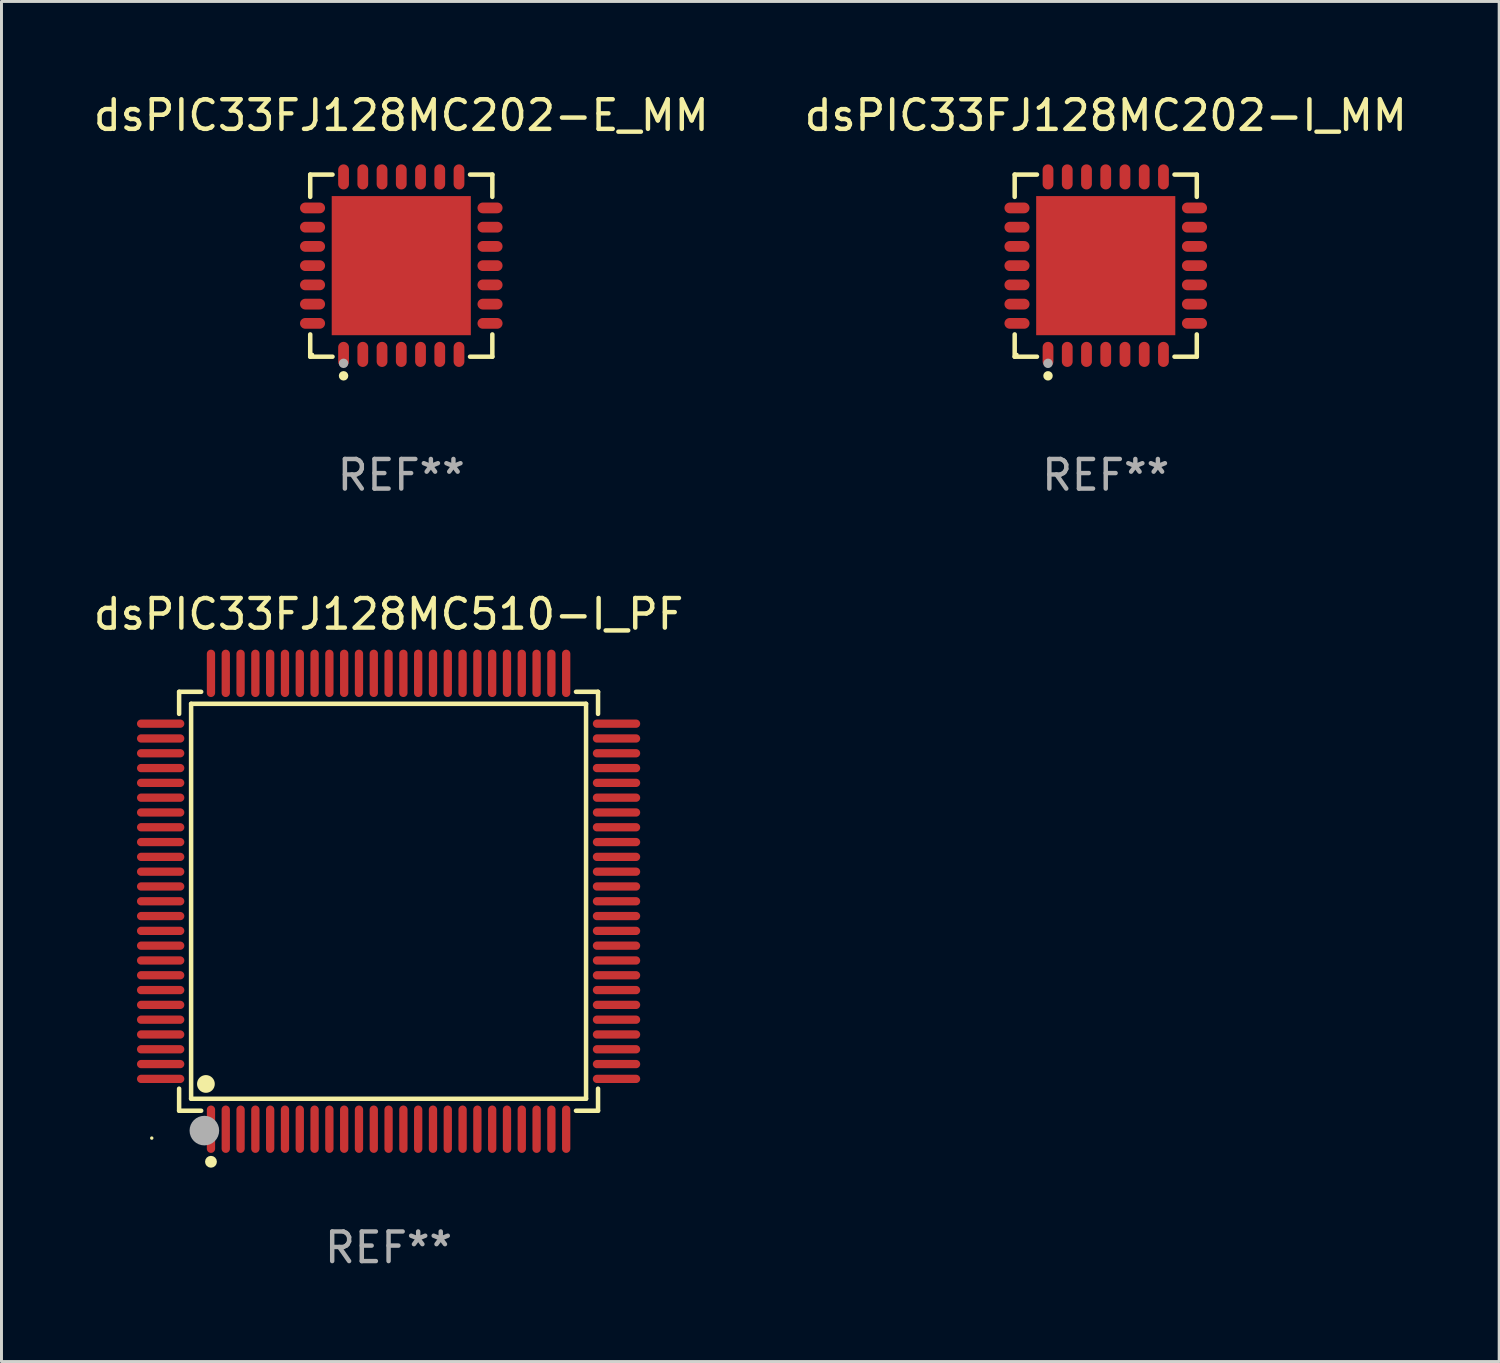
<source format=kicad_pcb>
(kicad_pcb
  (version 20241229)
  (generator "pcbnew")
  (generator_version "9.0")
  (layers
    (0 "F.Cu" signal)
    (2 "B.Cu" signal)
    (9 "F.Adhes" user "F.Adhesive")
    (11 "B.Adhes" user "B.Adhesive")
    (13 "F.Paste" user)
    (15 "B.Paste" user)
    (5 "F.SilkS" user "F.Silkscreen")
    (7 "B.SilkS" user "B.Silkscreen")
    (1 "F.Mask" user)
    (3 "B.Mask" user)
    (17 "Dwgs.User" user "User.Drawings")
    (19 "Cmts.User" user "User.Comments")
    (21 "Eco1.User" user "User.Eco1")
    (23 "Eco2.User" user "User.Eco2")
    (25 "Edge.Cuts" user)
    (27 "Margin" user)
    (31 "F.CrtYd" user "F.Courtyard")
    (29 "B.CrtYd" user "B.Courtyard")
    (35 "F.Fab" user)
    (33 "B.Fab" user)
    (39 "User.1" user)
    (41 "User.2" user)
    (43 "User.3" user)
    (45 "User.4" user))
  (footprint "dsPIC33FJ128MC202-I_MM"
    (layer "F.Cu")
    (at 34.304 5.924)
    (property "Reference" "dsPIC33FJ128MC202-I_MM" (at 0 -5.076 0) (layer "F.SilkS") (effects (font (size 1 1) (thickness 0.15))))
    (attr through_hole)
    (fp_line (start -3.076 -3.076) (end -2.323 -3.076) (stroke (width 0.152) (type solid)) (layer "F.SilkS"))
    (fp_line (start -3.076 -2.323) (end -3.076 -3.076) (stroke (width 0.152) (type solid)) (layer "F.SilkS"))
    (fp_line (start -3.076 2.323) (end -3.076 3.076) (stroke (width 0.152) (type solid)) (layer "F.SilkS"))
    (fp_line (start -3.076 3.076) (end -2.323 3.076) (stroke (width 0.152) (type solid)) (layer "F.SilkS"))
    (fp_line (start 3.076 -3.076) (end 2.323 -3.076) (stroke (width 0.152) (type solid)) (layer "F.SilkS"))
    (fp_line (start 3.076 -2.323) (end 3.076 -3.076) (stroke (width 0.152) (type solid)) (layer "F.SilkS"))
    (fp_line (start 3.076 2.323) (end 3.076 3.076) (stroke (width 0.152) (type solid)) (layer "F.SilkS"))
    (fp_line (start 3.076 3.076) (end 2.323 3.076) (stroke (width 0.152) (type solid)) (layer "F.SilkS"))
    (fp_circle (center -3 3) (end -2.97 3) (stroke (width 0.06) (type solid)) (fill no) (layer "F.SilkS"))
    (fp_circle (center -1.95 3.722) (end -1.87 3.722) (stroke (width 0.16) (type solid)) (fill no) (layer "F.SilkS"))
    (fp_circle (center -1.95 3.3) (end -1.87 3.3) (stroke (width 0.16) (type solid)) (fill no) (layer "F.Fab"))
    (fp_text user "REF**" (at 0 7.076 0) (layer "F.Fab") (effects (font (size 1 1) (thickness 0.15))))
    (pad "1" smd oval (at -1.95 2.998) (size 0.364 0.847) (layers "F.Cu" "F.Mask" "F.Paste"))
    (pad "2" smd oval (at -1.3 2.998) (size 0.364 0.847) (layers "F.Cu" "F.Mask" "F.Paste"))
    (pad "3" smd oval (at -0.65 2.998) (size 0.364 0.847) (layers "F.Cu" "F.Mask" "F.Paste"))
    (pad "4" smd oval (at 0 2.998) (size 0.364 0.847) (layers "F.Cu" "F.Mask" "F.Paste"))
    (pad "5" smd oval (at 0.65 2.998) (size 0.364 0.847) (layers "F.Cu" "F.Mask" "F.Paste"))
    (pad "6" smd oval (at 1.3 2.998) (size 0.364 0.847) (layers "F.Cu" "F.Mask" "F.Paste"))
    (pad "7" smd oval (at 1.95 2.998) (size 0.364 0.847) (layers "F.Cu" "F.Mask" "F.Paste"))
    (pad "8" smd oval (at 2.998 1.95) (size 0.847 0.364) (layers "F.Cu" "F.Mask" "F.Paste"))
    (pad "9" smd oval (at 2.998 1.3) (size 0.847 0.364) (layers "F.Cu" "F.Mask" "F.Paste"))
    (pad "10" smd oval (at 2.998 0.65) (size 0.847 0.364) (layers "F.Cu" "F.Mask" "F.Paste"))
    (pad "11" smd oval (at 2.998 0) (size 0.847 0.364) (layers "F.Cu" "F.Mask" "F.Paste"))
    (pad "12" smd oval (at 2.998 -0.65) (size 0.847 0.364) (layers "F.Cu" "F.Mask" "F.Paste"))
    (pad "13" smd oval (at 2.998 -1.3) (size 0.847 0.364) (layers "F.Cu" "F.Mask" "F.Paste"))
    (pad "14" smd oval (at 2.998 -1.95) (size 0.847 0.364) (layers "F.Cu" "F.Mask" "F.Paste"))
    (pad "15" smd oval (at 1.95 -2.998) (size 0.364 0.847) (layers "F.Cu" "F.Mask" "F.Paste"))
    (pad "16" smd oval (at 1.3 -2.998) (size 0.364 0.847) (layers "F.Cu" "F.Mask" "F.Paste"))
    (pad "17" smd oval (at 0.65 -2.998) (size 0.364 0.847) (layers "F.Cu" "F.Mask" "F.Paste"))
    (pad "18" smd oval (at 0 -2.998) (size 0.364 0.847) (layers "F.Cu" "F.Mask" "F.Paste"))
    (pad "19" smd oval (at -0.65 -2.998) (size 0.364 0.847) (layers "F.Cu" "F.Mask" "F.Paste"))
    (pad "20" smd oval (at -1.3 -2.998) (size 0.364 0.847) (layers "F.Cu" "F.Mask" "F.Paste"))
    (pad "21" smd oval (at -1.95 -2.998) (size 0.364 0.847) (layers "F.Cu" "F.Mask" "F.Paste"))
    (pad "22" smd oval (at -2.998 -1.95) (size 0.847 0.364) (layers "F.Cu" "F.Mask" "F.Paste"))
    (pad "23" smd oval (at -2.998 -1.3) (size 0.847 0.364) (layers "F.Cu" "F.Mask" "F.Paste"))
    (pad "24" smd oval (at -2.998 -0.65) (size 0.847 0.364) (layers "F.Cu" "F.Mask" "F.Paste"))
    (pad "25" smd oval (at -2.998 0) (size 0.847 0.364) (layers "F.Cu" "F.Mask" "F.Paste"))
    (pad "26" smd oval (at -2.998 0.65) (size 0.847 0.364) (layers "F.Cu" "F.Mask" "F.Paste"))
    (pad "27" smd oval (at -2.998 1.3) (size 0.847 0.364) (layers "F.Cu" "F.Mask" "F.Paste"))
    (pad "28" smd oval (at -2.998 1.95) (size 0.847 0.364) (layers "F.Cu" "F.Mask" "F.Paste"))
    (pad "29" smd rect (at 0 0) (size 4.7 4.7) (layers "F.Cu" "F.Mask" "F.Paste")))
  (footprint "dsPIC33FJ128MC510-I_PF"
    (layer "F.Cu")
    (at 10.077 27.397)
    (property "Reference" "dsPIC33FJ128MC510-I_PF" (at 0 -9.7 0) (layer "F.SilkS") (effects (font (size 1 1) (thickness 0.15))))
    (attr through_hole)
    (fp_line (start -7.076 -7.076) (end -6.331 -7.076) (stroke (width 0.152) (type solid)) (layer "F.SilkS"))
    (fp_line (start -7.076 -6.331) (end -7.076 -7.076) (stroke (width 0.152) (type solid)) (layer "F.SilkS"))
    (fp_line (start -7.076 6.331) (end -7.076 7.076) (stroke (width 0.152) (type solid)) (layer "F.SilkS"))
    (fp_line (start -7.076 7.076) (end -6.331 7.076) (stroke (width 0.152) (type solid)) (layer "F.SilkS"))
    (fp_line (start -6.671 -6.671) (end 6.671 -6.671) (stroke (width 0.152) (type solid)) (layer "F.SilkS"))
    (fp_line (start -6.671 6.671) (end -6.671 -6.671) (stroke (width 0.152) (type solid)) (layer "F.SilkS"))
    (fp_line (start 6.671 -6.671) (end 6.671 6.671) (stroke (width 0.152) (type solid)) (layer "F.SilkS"))
    (fp_line (start 6.671 6.671) (end -6.671 6.671) (stroke (width 0.152) (type solid)) (layer "F.SilkS"))
    (fp_line (start 7.076 -7.076) (end 6.331 -7.076) (stroke (width 0.152) (type solid)) (layer "F.SilkS"))
    (fp_line (start 7.076 -6.331) (end 7.076 -7.076) (stroke (width 0.152) (type solid)) (layer "F.SilkS"))
    (fp_line (start 7.076 6.331) (end 7.076 7.076) (stroke (width 0.152) (type solid)) (layer "F.SilkS"))
    (fp_line (start 7.076 7.076) (end 6.331 7.076) (stroke (width 0.152) (type solid)) (layer "F.SilkS"))
    (fp_circle (center -8 8) (end -7.97 8) (stroke (width 0.06) (type solid)) (fill no) (layer "F.SilkS"))
    (fp_circle (center -6.171 6.171) (end -6.021 6.171) (stroke (width 0.3) (type solid)) (fill no) (layer "F.SilkS"))
    (fp_circle (center -6 8.8) (end -5.9 8.8) (stroke (width 0.2) (type solid)) (fill no) (layer "F.SilkS"))
    (fp_circle (center -6.223 7.747) (end -5.973 7.747) (stroke (width 0.5) (type solid)) (fill no) (layer "F.Fab"))
    (fp_text user "REF**" (at 0 11.7 0) (layer "F.Fab") (effects (font (size 1 1) (thickness 0.15))))
    (pad "1" smd oval (at -6 7.7) (size 0.28 1.6) (layers "F.Cu" "F.Mask" "F.Paste"))
    (pad "2" smd oval (at -5.5 7.7) (size 0.28 1.6) (layers "F.Cu" "F.Mask" "F.Paste"))
    (pad "3" smd oval (at -5 7.7) (size 0.28 1.6) (layers "F.Cu" "F.Mask" "F.Paste"))
    (pad "4" smd oval (at -4.5 7.7) (size 0.28 1.6) (layers "F.Cu" "F.Mask" "F.Paste"))
    (pad "5" smd oval (at -4 7.7) (size 0.28 1.6) (layers "F.Cu" "F.Mask" "F.Paste"))
    (pad "6" smd oval (at -3.5 7.7) (size 0.28 1.6) (layers "F.Cu" "F.Mask" "F.Paste"))
    (pad "7" smd oval (at -3 7.7) (size 0.28 1.6) (layers "F.Cu" "F.Mask" "F.Paste"))
    (pad "8" smd oval (at -2.5 7.7) (size 0.28 1.6) (layers "F.Cu" "F.Mask" "F.Paste"))
    (pad "9" smd oval (at -2 7.7) (size 0.28 1.6) (layers "F.Cu" "F.Mask" "F.Paste"))
    (pad "10" smd oval (at -1.5 7.7) (size 0.28 1.6) (layers "F.Cu" "F.Mask" "F.Paste"))
    (pad "11" smd oval (at -1 7.7) (size 0.28 1.6) (layers "F.Cu" "F.Mask" "F.Paste"))
    (pad "12" smd oval (at -0.5 7.7) (size 0.28 1.6) (layers "F.Cu" "F.Mask" "F.Paste"))
    (pad "13" smd oval (at 0 7.7) (size 0.28 1.6) (layers "F.Cu" "F.Mask" "F.Paste"))
    (pad "14" smd oval (at 0.5 7.7) (size 0.28 1.6) (layers "F.Cu" "F.Mask" "F.Paste"))
    (pad "15" smd oval (at 1 7.7) (size 0.28 1.6) (layers "F.Cu" "F.Mask" "F.Paste"))
    (pad "16" smd oval (at 1.5 7.7) (size 0.28 1.6) (layers "F.Cu" "F.Mask" "F.Paste"))
    (pad "17" smd oval (at 2 7.7) (size 0.28 1.6) (layers "F.Cu" "F.Mask" "F.Paste"))
    (pad "18" smd oval (at 2.5 7.7) (size 0.28 1.6) (layers "F.Cu" "F.Mask" "F.Paste"))
    (pad "19" smd oval (at 3 7.7) (size 0.28 1.6) (layers "F.Cu" "F.Mask" "F.Paste"))
    (pad "20" smd oval (at 3.5 7.7) (size 0.28 1.6) (layers "F.Cu" "F.Mask" "F.Paste"))
    (pad "21" smd oval (at 4 7.7) (size 0.28 1.6) (layers "F.Cu" "F.Mask" "F.Paste"))
    (pad "22" smd oval (at 4.5 7.7) (size 0.28 1.6) (layers "F.Cu" "F.Mask" "F.Paste"))
    (pad "23" smd oval (at 5 7.7) (size 0.28 1.6) (layers "F.Cu" "F.Mask" "F.Paste"))
    (pad "24" smd oval (at 5.5 7.7) (size 0.28 1.6) (layers "F.Cu" "F.Mask" "F.Paste"))
    (pad "25" smd oval (at 6 7.7) (size 0.28 1.6) (layers "F.Cu" "F.Mask" "F.Paste"))
    (pad "26" smd oval (at 7.7 6) (size 1.6 0.28) (layers "F.Cu" "F.Mask" "F.Paste"))
    (pad "27" smd oval (at 7.7 5.5) (size 1.6 0.28) (layers "F.Cu" "F.Mask" "F.Paste"))
    (pad "28" smd oval (at 7.7 5) (size 1.6 0.28) (layers "F.Cu" "F.Mask" "F.Paste"))
    (pad "29" smd oval (at 7.7 4.5) (size 1.6 0.28) (layers "F.Cu" "F.Mask" "F.Paste"))
    (pad "30" smd oval (at 7.7 4) (size 1.6 0.28) (layers "F.Cu" "F.Mask" "F.Paste"))
    (pad "31" smd oval (at 7.7 3.5) (size 1.6 0.28) (layers "F.Cu" "F.Mask" "F.Paste"))
    (pad "32" smd oval (at 7.7 3) (size 1.6 0.28) (layers "F.Cu" "F.Mask" "F.Paste"))
    (pad "33" smd oval (at 7.7 2.5) (size 1.6 0.28) (layers "F.Cu" "F.Mask" "F.Paste"))
    (pad "34" smd oval (at 7.7 2) (size 1.6 0.28) (layers "F.Cu" "F.Mask" "F.Paste"))
    (pad "35" smd oval (at 7.7 1.5) (size 1.6 0.28) (layers "F.Cu" "F.Mask" "F.Paste"))
    (pad "36" smd oval (at 7.7 1) (size 1.6 0.28) (layers "F.Cu" "F.Mask" "F.Paste"))
    (pad "37" smd oval (at 7.7 0.5) (size 1.6 0.28) (layers "F.Cu" "F.Mask" "F.Paste"))
    (pad "38" smd oval (at 7.7 0) (size 1.6 0.28) (layers "F.Cu" "F.Mask" "F.Paste"))
    (pad "39" smd oval (at 7.7 -0.5) (size 1.6 0.28) (layers "F.Cu" "F.Mask" "F.Paste"))
    (pad "40" smd oval (at 7.7 -1) (size 1.6 0.28) (layers "F.Cu" "F.Mask" "F.Paste"))
    (pad "41" smd oval (at 7.7 -1.5) (size 1.6 0.28) (layers "F.Cu" "F.Mask" "F.Paste"))
    (pad "42" smd oval (at 7.7 -2) (size 1.6 0.28) (layers "F.Cu" "F.Mask" "F.Paste"))
    (pad "43" smd oval (at 7.7 -2.5) (size 1.6 0.28) (layers "F.Cu" "F.Mask" "F.Paste"))
    (pad "44" smd oval (at 7.7 -3) (size 1.6 0.28) (layers "F.Cu" "F.Mask" "F.Paste"))
    (pad "45" smd oval (at 7.7 -3.5) (size 1.6 0.28) (layers "F.Cu" "F.Mask" "F.Paste"))
    (pad "46" smd oval (at 7.7 -4) (size 1.6 0.28) (layers "F.Cu" "F.Mask" "F.Paste"))
    (pad "47" smd oval (at 7.7 -4.5) (size 1.6 0.28) (layers "F.Cu" "F.Mask" "F.Paste"))
    (pad "48" smd oval (at 7.7 -5) (size 1.6 0.28) (layers "F.Cu" "F.Mask" "F.Paste"))
    (pad "49" smd oval (at 7.7 -5.5) (size 1.6 0.28) (layers "F.Cu" "F.Mask" "F.Paste"))
    (pad "50" smd oval (at 7.7 -6) (size 1.6 0.28) (layers "F.Cu" "F.Mask" "F.Paste"))
    (pad "51" smd oval (at 6 -7.7) (size 0.28 1.6) (layers "F.Cu" "F.Mask" "F.Paste"))
    (pad "52" smd oval (at 5.5 -7.7) (size 0.28 1.6) (layers "F.Cu" "F.Mask" "F.Paste"))
    (pad "53" smd oval (at 5 -7.7) (size 0.28 1.6) (layers "F.Cu" "F.Mask" "F.Paste"))
    (pad "54" smd oval (at 4.5 -7.7) (size 0.28 1.6) (layers "F.Cu" "F.Mask" "F.Paste"))
    (pad "55" smd oval (at 4 -7.7) (size 0.28 1.6) (layers "F.Cu" "F.Mask" "F.Paste"))
    (pad "56" smd oval (at 3.5 -7.7) (size 0.28 1.6) (layers "F.Cu" "F.Mask" "F.Paste"))
    (pad "57" smd oval (at 3 -7.7) (size 0.28 1.6) (layers "F.Cu" "F.Mask" "F.Paste"))
    (pad "58" smd oval (at 2.5 -7.7) (size 0.28 1.6) (layers "F.Cu" "F.Mask" "F.Paste"))
    (pad "59" smd oval (at 2 -7.7) (size 0.28 1.6) (layers "F.Cu" "F.Mask" "F.Paste"))
    (pad "60" smd oval (at 1.5 -7.7) (size 0.28 1.6) (layers "F.Cu" "F.Mask" "F.Paste"))
    (pad "61" smd oval (at 1 -7.7) (size 0.28 1.6) (layers "F.Cu" "F.Mask" "F.Paste"))
    (pad "62" smd oval (at 0.5 -7.7) (size 0.28 1.6) (layers "F.Cu" "F.Mask" "F.Paste"))
    (pad "63" smd oval (at 0 -7.7) (size 0.28 1.6) (layers "F.Cu" "F.Mask" "F.Paste"))
    (pad "64" smd oval (at -0.5 -7.7) (size 0.28 1.6) (layers "F.Cu" "F.Mask" "F.Paste"))
    (pad "65" smd oval (at -1 -7.7) (size 0.28 1.6) (layers "F.Cu" "F.Mask" "F.Paste"))
    (pad "66" smd oval (at -1.5 -7.7) (size 0.28 1.6) (layers "F.Cu" "F.Mask" "F.Paste"))
    (pad "67" smd oval (at -2 -7.7) (size 0.28 1.6) (layers "F.Cu" "F.Mask" "F.Paste"))
    (pad "68" smd oval (at -2.5 -7.7) (size 0.28 1.6) (layers "F.Cu" "F.Mask" "F.Paste"))
    (pad "69" smd oval (at -3 -7.7) (size 0.28 1.6) (layers "F.Cu" "F.Mask" "F.Paste"))
    (pad "70" smd oval (at -3.5 -7.7) (size 0.28 1.6) (layers "F.Cu" "F.Mask" "F.Paste"))
    (pad "71" smd oval (at -4 -7.7) (size 0.28 1.6) (layers "F.Cu" "F.Mask" "F.Paste"))
    (pad "72" smd oval (at -4.5 -7.7) (size 0.28 1.6) (layers "F.Cu" "F.Mask" "F.Paste"))
    (pad "73" smd oval (at -5 -7.7) (size 0.28 1.6) (layers "F.Cu" "F.Mask" "F.Paste"))
    (pad "74" smd oval (at -5.5 -7.7) (size 0.28 1.6) (layers "F.Cu" "F.Mask" "F.Paste"))
    (pad "75" smd oval (at -6 -7.7) (size 0.28 1.6) (layers "F.Cu" "F.Mask" "F.Paste"))
    (pad "76" smd oval (at -7.7 -6) (size 1.6 0.28) (layers "F.Cu" "F.Mask" "F.Paste"))
    (pad "77" smd oval (at -7.7 -5.5) (size 1.6 0.28) (layers "F.Cu" "F.Mask" "F.Paste"))
    (pad "78" smd oval (at -7.7 -5) (size 1.6 0.28) (layers "F.Cu" "F.Mask" "F.Paste"))
    (pad "79" smd oval (at -7.7 -4.5) (size 1.6 0.28) (layers "F.Cu" "F.Mask" "F.Paste"))
    (pad "80" smd oval (at -7.7 -4) (size 1.6 0.28) (layers "F.Cu" "F.Mask" "F.Paste"))
    (pad "81" smd oval (at -7.7 -3.5) (size 1.6 0.28) (layers "F.Cu" "F.Mask" "F.Paste"))
    (pad "82" smd oval (at -7.7 -3) (size 1.6 0.28) (layers "F.Cu" "F.Mask" "F.Paste"))
    (pad "83" smd oval (at -7.7 -2.5) (size 1.6 0.28) (layers "F.Cu" "F.Mask" "F.Paste"))
    (pad "84" smd oval (at -7.7 -2) (size 1.6 0.28) (layers "F.Cu" "F.Mask" "F.Paste"))
    (pad "85" smd oval (at -7.7 -1.5) (size 1.6 0.28) (layers "F.Cu" "F.Mask" "F.Paste"))
    (pad "86" smd oval (at -7.7 -1) (size 1.6 0.28) (layers "F.Cu" "F.Mask" "F.Paste"))
    (pad "87" smd oval (at -7.7 -0.5) (size 1.6 0.28) (layers "F.Cu" "F.Mask" "F.Paste"))
    (pad "88" smd oval (at -7.7 0) (size 1.6 0.28) (layers "F.Cu" "F.Mask" "F.Paste"))
    (pad "89" smd oval (at -7.7 0.5) (size 1.6 0.28) (layers "F.Cu" "F.Mask" "F.Paste"))
    (pad "90" smd oval (at -7.7 1) (size 1.6 0.28) (layers "F.Cu" "F.Mask" "F.Paste"))
    (pad "91" smd oval (at -7.7 1.5) (size 1.6 0.28) (layers "F.Cu" "F.Mask" "F.Paste"))
    (pad "92" smd oval (at -7.7 2) (size 1.6 0.28) (layers "F.Cu" "F.Mask" "F.Paste"))
    (pad "93" smd oval (at -7.7 2.5) (size 1.6 0.28) (layers "F.Cu" "F.Mask" "F.Paste"))
    (pad "94" smd oval (at -7.7 3) (size 1.6 0.28) (layers "F.Cu" "F.Mask" "F.Paste"))
    (pad "95" smd oval (at -7.7 3.5) (size 1.6 0.28) (layers "F.Cu" "F.Mask" "F.Paste"))
    (pad "96" smd oval (at -7.7 4) (size 1.6 0.28) (layers "F.Cu" "F.Mask" "F.Paste"))
    (pad "97" smd oval (at -7.7 4.5) (size 1.6 0.28) (layers "F.Cu" "F.Mask" "F.Paste"))
    (pad "98" smd oval (at -7.7 5) (size 1.6 0.28) (layers "F.Cu" "F.Mask" "F.Paste"))
    (pad "99" smd oval (at -7.7 5.5) (size 1.6 0.28) (layers "F.Cu" "F.Mask" "F.Paste"))
    (pad "100" smd oval (at -7.7 6) (size 1.6 0.28) (layers "F.Cu" "F.Mask" "F.Paste")))
  (footprint "dsPIC33FJ128MC202-E_MM"
    (layer "F.Cu")
    (at 10.506 5.924)
    (property "Reference" "dsPIC33FJ128MC202-E_MM" (at 0 -5.076 0) (layer "F.SilkS") (effects (font (size 1 1) (thickness 0.15))))
    (attr through_hole)
    (fp_line (start -3.076 -3.076) (end -2.323 -3.076) (stroke (width 0.152) (type solid)) (layer "F.SilkS"))
    (fp_line (start -3.076 -2.323) (end -3.076 -3.076) (stroke (width 0.152) (type solid)) (layer "F.SilkS"))
    (fp_line (start -3.076 2.323) (end -3.076 3.076) (stroke (width 0.152) (type solid)) (layer "F.SilkS"))
    (fp_line (start -3.076 3.076) (end -2.323 3.076) (stroke (width 0.152) (type solid)) (layer "F.SilkS"))
    (fp_line (start 3.076 -3.076) (end 2.323 -3.076) (stroke (width 0.152) (type solid)) (layer "F.SilkS"))
    (fp_line (start 3.076 -2.323) (end 3.076 -3.076) (stroke (width 0.152) (type solid)) (layer "F.SilkS"))
    (fp_line (start 3.076 2.323) (end 3.076 3.076) (stroke (width 0.152) (type solid)) (layer "F.SilkS"))
    (fp_line (start 3.076 3.076) (end 2.323 3.076) (stroke (width 0.152) (type solid)) (layer "F.SilkS"))
    (fp_circle (center -3 3) (end -2.97 3) (stroke (width 0.06) (type solid)) (fill no) (layer "F.SilkS"))
    (fp_circle (center -1.95 3.722) (end -1.87 3.722) (stroke (width 0.16) (type solid)) (fill no) (layer "F.SilkS"))
    (fp_circle (center -1.95 3.3) (end -1.87 3.3) (stroke (width 0.16) (type solid)) (fill no) (layer "F.Fab"))
    (fp_text user "REF**" (at 0 7.076 0) (layer "F.Fab") (effects (font (size 1 1) (thickness 0.15))))
    (pad "1" smd oval (at -1.95 2.998) (size 0.364 0.847) (layers "F.Cu" "F.Mask" "F.Paste"))
    (pad "2" smd oval (at -1.3 2.998) (size 0.364 0.847) (layers "F.Cu" "F.Mask" "F.Paste"))
    (pad "3" smd oval (at -0.65 2.998) (size 0.364 0.847) (layers "F.Cu" "F.Mask" "F.Paste"))
    (pad "4" smd oval (at 0 2.998) (size 0.364 0.847) (layers "F.Cu" "F.Mask" "F.Paste"))
    (pad "5" smd oval (at 0.65 2.998) (size 0.364 0.847) (layers "F.Cu" "F.Mask" "F.Paste"))
    (pad "6" smd oval (at 1.3 2.998) (size 0.364 0.847) (layers "F.Cu" "F.Mask" "F.Paste"))
    (pad "7" smd oval (at 1.95 2.998) (size 0.364 0.847) (layers "F.Cu" "F.Mask" "F.Paste"))
    (pad "8" smd oval (at 2.998 1.95) (size 0.847 0.364) (layers "F.Cu" "F.Mask" "F.Paste"))
    (pad "9" smd oval (at 2.998 1.3) (size 0.847 0.364) (layers "F.Cu" "F.Mask" "F.Paste"))
    (pad "10" smd oval (at 2.998 0.65) (size 0.847 0.364) (layers "F.Cu" "F.Mask" "F.Paste"))
    (pad "11" smd oval (at 2.998 0) (size 0.847 0.364) (layers "F.Cu" "F.Mask" "F.Paste"))
    (pad "12" smd oval (at 2.998 -0.65) (size 0.847 0.364) (layers "F.Cu" "F.Mask" "F.Paste"))
    (pad "13" smd oval (at 2.998 -1.3) (size 0.847 0.364) (layers "F.Cu" "F.Mask" "F.Paste"))
    (pad "14" smd oval (at 2.998 -1.95) (size 0.847 0.364) (layers "F.Cu" "F.Mask" "F.Paste"))
    (pad "15" smd oval (at 1.95 -2.998) (size 0.364 0.847) (layers "F.Cu" "F.Mask" "F.Paste"))
    (pad "16" smd oval (at 1.3 -2.998) (size 0.364 0.847) (layers "F.Cu" "F.Mask" "F.Paste"))
    (pad "17" smd oval (at 0.65 -2.998) (size 0.364 0.847) (layers "F.Cu" "F.Mask" "F.Paste"))
    (pad "18" smd oval (at 0 -2.998) (size 0.364 0.847) (layers "F.Cu" "F.Mask" "F.Paste"))
    (pad "19" smd oval (at -0.65 -2.998) (size 0.364 0.847) (layers "F.Cu" "F.Mask" "F.Paste"))
    (pad "20" smd oval (at -1.3 -2.998) (size 0.364 0.847) (layers "F.Cu" "F.Mask" "F.Paste"))
    (pad "21" smd oval (at -1.95 -2.998) (size 0.364 0.847) (layers "F.Cu" "F.Mask" "F.Paste"))
    (pad "22" smd oval (at -2.998 -1.95) (size 0.847 0.364) (layers "F.Cu" "F.Mask" "F.Paste"))
    (pad "23" smd oval (at -2.998 -1.3) (size 0.847 0.364) (layers "F.Cu" "F.Mask" "F.Paste"))
    (pad "24" smd oval (at -2.998 -0.65) (size 0.847 0.364) (layers "F.Cu" "F.Mask" "F.Paste"))
    (pad "25" smd oval (at -2.998 0) (size 0.847 0.364) (layers "F.Cu" "F.Mask" "F.Paste"))
    (pad "26" smd oval (at -2.998 0.65) (size 0.847 0.364) (layers "F.Cu" "F.Mask" "F.Paste"))
    (pad "27" smd oval (at -2.998 1.3) (size 0.847 0.364) (layers "F.Cu" "F.Mask" "F.Paste"))
    (pad "28" smd oval (at -2.998 1.95) (size 0.847 0.364) (layers "F.Cu" "F.Mask" "F.Paste"))
    (pad "29" smd rect (at 0 0) (size 4.7 4.7) (layers "F.Cu" "F.Mask" "F.Paste")))
  (gr_rect
    (start -3 -3)
    (end 47.595 42.945)
    (stroke (width 0.1) (type default))
    (fill no)
    (layer "Edge.Cuts")))
</source>
